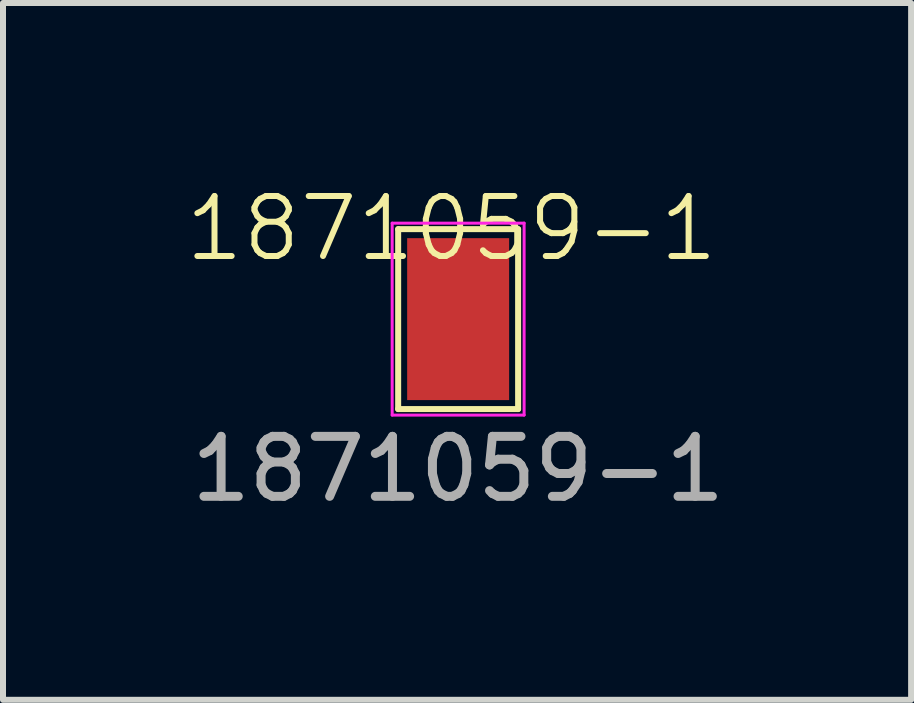
<source format=kicad_pcb>
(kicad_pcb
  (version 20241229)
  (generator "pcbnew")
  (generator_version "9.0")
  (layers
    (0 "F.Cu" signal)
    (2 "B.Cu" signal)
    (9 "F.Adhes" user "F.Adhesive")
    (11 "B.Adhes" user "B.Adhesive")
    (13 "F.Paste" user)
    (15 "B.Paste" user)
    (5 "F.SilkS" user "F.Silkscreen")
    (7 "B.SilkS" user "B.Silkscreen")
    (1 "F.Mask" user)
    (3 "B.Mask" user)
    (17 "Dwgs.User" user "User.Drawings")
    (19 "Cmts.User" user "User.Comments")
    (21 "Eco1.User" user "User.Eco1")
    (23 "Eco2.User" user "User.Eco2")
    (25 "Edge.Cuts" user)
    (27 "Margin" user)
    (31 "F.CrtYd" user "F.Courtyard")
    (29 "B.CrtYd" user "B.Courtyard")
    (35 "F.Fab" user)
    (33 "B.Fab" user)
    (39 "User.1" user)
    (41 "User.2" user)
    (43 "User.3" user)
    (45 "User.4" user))
  (footprint "1871059-1"
    (layer "F.Cu")
    (at 4.589 2.271)
    (property "Reference" "1871059-1" (at -0.11 -1.51 0) (unlocked yes) (layer "F.SilkS") (effects (font (size 1 1) (thickness 0.1))))
    (attr smd)
    (fp_line (start -1 -1.5) (end -1 1.5) (stroke (width 0.1) (type default)) (layer "F.SilkS"))
    (fp_line (start -1 1.5) (end 1 1.5) (stroke (width 0.1) (type default)) (layer "F.SilkS"))
    (fp_line (start 1 -1.5) (end -1 -1.5) (stroke (width 0.1) (type default)) (layer "F.SilkS"))
    (fp_line (start 1 1.5) (end 1 -1.5) (stroke (width 0.1) (type default)) (layer "F.SilkS"))
    (fp_line (start -1.1 -1.6) (end -1.1 1.6) (stroke (width 0.05) (type default)) (layer "F.CrtYd"))
    (fp_line (start -1.1 1.6) (end 1.1 1.6) (stroke (width 0.05) (type default)) (layer "F.CrtYd"))
    (fp_line (start 1.1 -1.6) (end -1.1 -1.6) (stroke (width 0.05) (type default)) (layer "F.CrtYd"))
    (fp_line (start 1.1 1.6) (end 1.1 -1.6) (stroke (width 0.05) (type default)) (layer "F.CrtYd"))
    (fp_text user "${REFERENCE}" (at 0 2.5 0) (unlocked yes) (layer "F.Fab") (effects (font (size 1 1) (thickness 0.15))))
    (pad "1" smd rect (at 0 0) (size 1.7 2.7) (layers "F.Cu" "F.Mask" "F.Paste")))
  (gr_rect
    (start -3 -3)
    (end 12.142 8.619)
    (stroke (width 0.1) (type default))
    (fill no)
    (layer "Edge.Cuts")))
</source>
